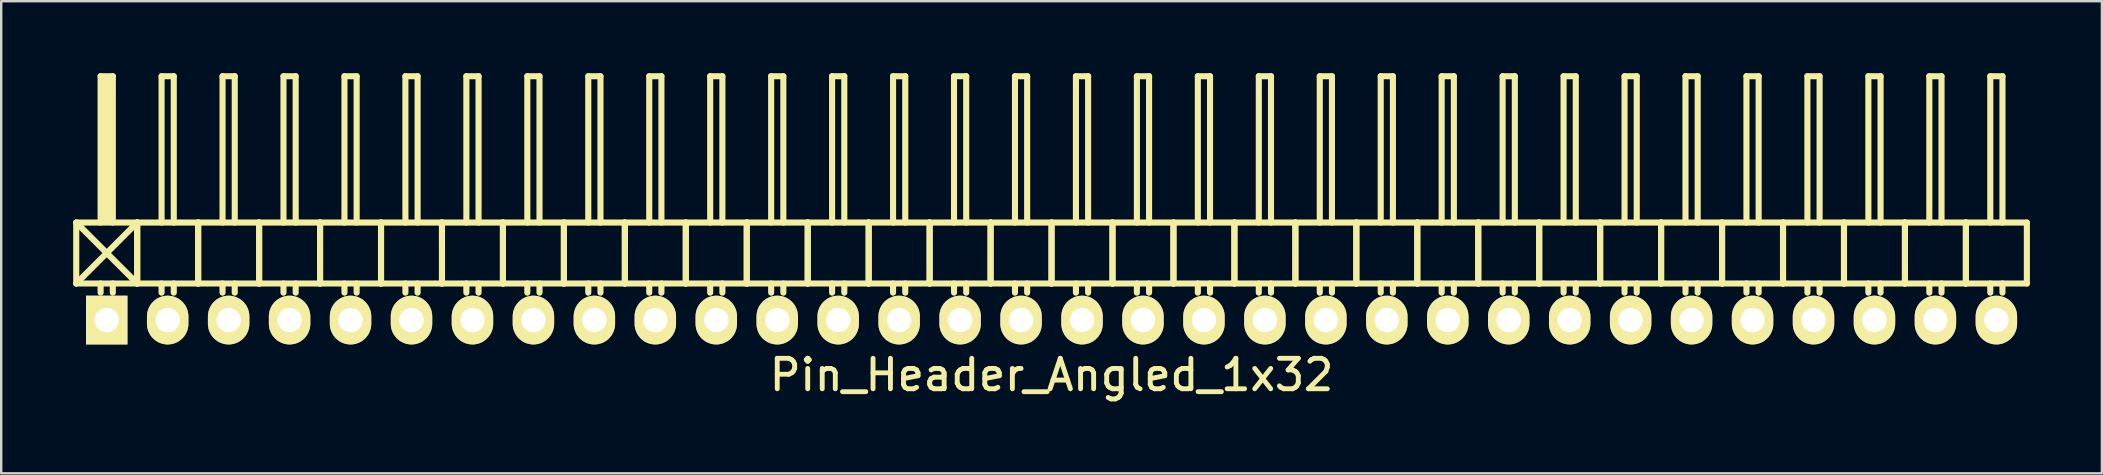
<source format=kicad_pcb>
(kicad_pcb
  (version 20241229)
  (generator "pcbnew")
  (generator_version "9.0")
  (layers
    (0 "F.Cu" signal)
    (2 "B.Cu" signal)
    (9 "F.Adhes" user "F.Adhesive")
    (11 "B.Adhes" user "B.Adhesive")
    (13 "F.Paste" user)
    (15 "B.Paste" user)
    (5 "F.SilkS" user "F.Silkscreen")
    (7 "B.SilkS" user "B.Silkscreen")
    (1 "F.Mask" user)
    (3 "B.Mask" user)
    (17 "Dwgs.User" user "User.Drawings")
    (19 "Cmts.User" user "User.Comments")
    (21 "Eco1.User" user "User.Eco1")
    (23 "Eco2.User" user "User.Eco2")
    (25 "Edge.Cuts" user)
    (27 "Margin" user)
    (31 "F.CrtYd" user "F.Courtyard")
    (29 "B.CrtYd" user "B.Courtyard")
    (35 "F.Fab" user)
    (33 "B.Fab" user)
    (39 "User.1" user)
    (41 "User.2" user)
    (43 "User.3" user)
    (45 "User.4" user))
  (footprint "Pin_Header_Angled_1x32"
    (layer "F.Cu")
    (at 40.767 10.287)
    (property "Reference" "Pin_Header_Angled_1x32" (at 0 2.286 0) (layer "F.SilkS") (effects (font (size 1.27 1.27) (thickness 0.203))))
    (attr through_hole)
    (fp_line (start -40.64 -4.064) (end -38.1 -1.524) (stroke (width 0.254) (type solid)) (layer "F.SilkS"))
    (fp_line (start -40.64 -1.524) (end -40.64 -4.064) (stroke (width 0.254) (type solid)) (layer "F.SilkS"))
    (fp_line (start -40.64 -1.524) (end -38.1 -1.524) (stroke (width 0.254) (type solid)) (layer "F.SilkS"))
    (fp_line (start -39.624 -10.16) (end -39.116 -10.16) (stroke (width 0.254) (type solid)) (layer "F.SilkS"))
    (fp_line (start -39.624 -4.064) (end -39.624 -10.16) (stroke (width 0.254) (type solid)) (layer "F.SilkS"))
    (fp_line (start -39.624 -1.524) (end -39.624 -1.143) (stroke (width 0.254) (type solid)) (layer "F.SilkS"))
    (fp_line (start -39.497 -10.033) (end -39.243 -10.033) (stroke (width 0.254) (type solid)) (layer "F.SilkS"))
    (fp_line (start -39.497 -4.191) (end -39.497 -10.033) (stroke (width 0.254) (type solid)) (layer "F.SilkS"))
    (fp_line (start -39.37 -4.191) (end -39.37 -10.033) (stroke (width 0.254) (type solid)) (layer "F.SilkS"))
    (fp_line (start -39.243 -10.033) (end -39.243 -4.191) (stroke (width 0.254) (type solid)) (layer "F.SilkS"))
    (fp_line (start -39.243 -4.191) (end -39.37 -4.191) (stroke (width 0.254) (type solid)) (layer "F.SilkS"))
    (fp_line (start -39.116 -10.16) (end -39.116 -4.064) (stroke (width 0.254) (type solid)) (layer "F.SilkS"))
    (fp_line (start -39.116 -1.524) (end -39.116 -1.143) (stroke (width 0.254) (type solid)) (layer "F.SilkS"))
    (fp_line (start -38.1 -4.064) (end -40.64 -4.064) (stroke (width 0.254) (type solid)) (layer "F.SilkS"))
    (fp_line (start -38.1 -4.064) (end -40.64 -1.524) (stroke (width 0.254) (type solid)) (layer "F.SilkS"))
    (fp_line (start -38.1 -1.524) (end -38.1 -4.064) (stroke (width 0.254) (type solid)) (layer "F.SilkS"))
    (fp_line (start -38.1 -1.524) (end -38.1 -4.064) (stroke (width 0.254) (type solid)) (layer "F.SilkS"))
    (fp_line (start -38.1 -1.524) (end -35.56 -1.524) (stroke (width 0.254) (type solid)) (layer "F.SilkS"))
    (fp_line (start -37.084 -10.16) (end -36.576 -10.16) (stroke (width 0.254) (type solid)) (layer "F.SilkS"))
    (fp_line (start -37.084 -4.064) (end -37.084 -10.16) (stroke (width 0.254) (type solid)) (layer "F.SilkS"))
    (fp_line (start -37.084 -1.524) (end -37.084 -1.143) (stroke (width 0.254) (type solid)) (layer "F.SilkS"))
    (fp_line (start -36.576 -10.16) (end -36.576 -4.064) (stroke (width 0.254) (type solid)) (layer "F.SilkS"))
    (fp_line (start -36.576 -1.524) (end -36.576 -1.143) (stroke (width 0.254) (type solid)) (layer "F.SilkS"))
    (fp_line (start -35.56 -4.064) (end -38.1 -4.064) (stroke (width 0.254) (type solid)) (layer "F.SilkS"))
    (fp_line (start -35.56 -1.524) (end -35.56 -4.064) (stroke (width 0.254) (type solid)) (layer "F.SilkS"))
    (fp_line (start -35.56 -1.524) (end -35.56 -4.064) (stroke (width 0.254) (type solid)) (layer "F.SilkS"))
    (fp_line (start -35.56 -1.524) (end -33.02 -1.524) (stroke (width 0.254) (type solid)) (layer "F.SilkS"))
    (fp_line (start -34.544 -10.16) (end -34.036 -10.16) (stroke (width 0.254) (type solid)) (layer "F.SilkS"))
    (fp_line (start -34.544 -4.064) (end -34.544 -10.16) (stroke (width 0.254) (type solid)) (layer "F.SilkS"))
    (fp_line (start -34.544 -1.524) (end -34.544 -1.143) (stroke (width 0.254) (type solid)) (layer "F.SilkS"))
    (fp_line (start -34.036 -10.16) (end -34.036 -4.064) (stroke (width 0.254) (type solid)) (layer "F.SilkS"))
    (fp_line (start -34.036 -1.524) (end -34.036 -1.143) (stroke (width 0.254) (type solid)) (layer "F.SilkS"))
    (fp_line (start -33.02 -4.064) (end -35.56 -4.064) (stroke (width 0.254) (type solid)) (layer "F.SilkS"))
    (fp_line (start -33.02 -1.524) (end -33.02 -4.064) (stroke (width 0.254) (type solid)) (layer "F.SilkS"))
    (fp_line (start -33.02 -1.524) (end -33.02 -4.064) (stroke (width 0.254) (type solid)) (layer "F.SilkS"))
    (fp_line (start -33.02 -1.524) (end -30.48 -1.524) (stroke (width 0.254) (type solid)) (layer "F.SilkS"))
    (fp_line (start -32.004 -10.16) (end -31.496 -10.16) (stroke (width 0.254) (type solid)) (layer "F.SilkS"))
    (fp_line (start -32.004 -4.064) (end -32.004 -10.16) (stroke (width 0.254) (type solid)) (layer "F.SilkS"))
    (fp_line (start -32.004 -1.524) (end -32.004 -1.143) (stroke (width 0.254) (type solid)) (layer "F.SilkS"))
    (fp_line (start -31.496 -10.16) (end -31.496 -4.064) (stroke (width 0.254) (type solid)) (layer "F.SilkS"))
    (fp_line (start -31.496 -1.524) (end -31.496 -1.143) (stroke (width 0.254) (type solid)) (layer "F.SilkS"))
    (fp_line (start -30.48 -4.064) (end -33.02 -4.064) (stroke (width 0.254) (type solid)) (layer "F.SilkS"))
    (fp_line (start -30.48 -1.524) (end -30.48 -4.064) (stroke (width 0.254) (type solid)) (layer "F.SilkS"))
    (fp_line (start -30.48 -1.524) (end -30.48 -4.064) (stroke (width 0.254) (type solid)) (layer "F.SilkS"))
    (fp_line (start -30.48 -1.524) (end -27.94 -1.524) (stroke (width 0.254) (type solid)) (layer "F.SilkS"))
    (fp_line (start -29.464 -10.16) (end -28.956 -10.16) (stroke (width 0.254) (type solid)) (layer "F.SilkS"))
    (fp_line (start -29.464 -4.064) (end -29.464 -10.16) (stroke (width 0.254) (type solid)) (layer "F.SilkS"))
    (fp_line (start -29.464 -1.524) (end -29.464 -1.143) (stroke (width 0.254) (type solid)) (layer "F.SilkS"))
    (fp_line (start -28.956 -10.16) (end -28.956 -4.064) (stroke (width 0.254) (type solid)) (layer "F.SilkS"))
    (fp_line (start -28.956 -1.524) (end -28.956 -1.143) (stroke (width 0.254) (type solid)) (layer "F.SilkS"))
    (fp_line (start -27.94 -4.064) (end -30.48 -4.064) (stroke (width 0.254) (type solid)) (layer "F.SilkS"))
    (fp_line (start -27.94 -1.524) (end -27.94 -4.064) (stroke (width 0.254) (type solid)) (layer "F.SilkS"))
    (fp_line (start -27.94 -1.524) (end -27.94 -4.064) (stroke (width 0.254) (type solid)) (layer "F.SilkS"))
    (fp_line (start -27.94 -1.524) (end -25.4 -1.524) (stroke (width 0.254) (type solid)) (layer "F.SilkS"))
    (fp_line (start -26.924 -10.16) (end -26.416 -10.16) (stroke (width 0.254) (type solid)) (layer "F.SilkS"))
    (fp_line (start -26.924 -4.064) (end -26.924 -10.16) (stroke (width 0.254) (type solid)) (layer "F.SilkS"))
    (fp_line (start -26.924 -1.524) (end -26.924 -1.143) (stroke (width 0.254) (type solid)) (layer "F.SilkS"))
    (fp_line (start -26.416 -10.16) (end -26.416 -4.064) (stroke (width 0.254) (type solid)) (layer "F.SilkS"))
    (fp_line (start -26.416 -1.524) (end -26.416 -1.143) (stroke (width 0.254) (type solid)) (layer "F.SilkS"))
    (fp_line (start -25.4 -4.064) (end -27.94 -4.064) (stroke (width 0.254) (type solid)) (layer "F.SilkS"))
    (fp_line (start -25.4 -1.524) (end -25.4 -4.064) (stroke (width 0.254) (type solid)) (layer "F.SilkS"))
    (fp_line (start -25.4 -1.524) (end -25.4 -4.064) (stroke (width 0.254) (type solid)) (layer "F.SilkS"))
    (fp_line (start -25.4 -1.524) (end -22.86 -1.524) (stroke (width 0.254) (type solid)) (layer "F.SilkS"))
    (fp_line (start -24.384 -10.16) (end -23.876 -10.16) (stroke (width 0.254) (type solid)) (layer "F.SilkS"))
    (fp_line (start -24.384 -4.064) (end -24.384 -10.16) (stroke (width 0.254) (type solid)) (layer "F.SilkS"))
    (fp_line (start -24.384 -1.524) (end -24.384 -1.143) (stroke (width 0.254) (type solid)) (layer "F.SilkS"))
    (fp_line (start -23.876 -10.16) (end -23.876 -4.064) (stroke (width 0.254) (type solid)) (layer "F.SilkS"))
    (fp_line (start -23.876 -1.524) (end -23.876 -1.143) (stroke (width 0.254) (type solid)) (layer "F.SilkS"))
    (fp_line (start -22.86 -4.064) (end -25.4 -4.064) (stroke (width 0.254) (type solid)) (layer "F.SilkS"))
    (fp_line (start -22.86 -1.524) (end -22.86 -4.064) (stroke (width 0.254) (type solid)) (layer "F.SilkS"))
    (fp_line (start -22.86 -1.524) (end -22.86 -4.064) (stroke (width 0.254) (type solid)) (layer "F.SilkS"))
    (fp_line (start -22.86 -1.524) (end -20.32 -1.524) (stroke (width 0.254) (type solid)) (layer "F.SilkS"))
    (fp_line (start -21.844 -10.16) (end -21.336 -10.16) (stroke (width 0.254) (type solid)) (layer "F.SilkS"))
    (fp_line (start -21.844 -4.064) (end -21.844 -10.16) (stroke (width 0.254) (type solid)) (layer "F.SilkS"))
    (fp_line (start -21.844 -1.524) (end -21.844 -1.143) (stroke (width 0.254) (type solid)) (layer "F.SilkS"))
    (fp_line (start -21.336 -10.16) (end -21.336 -4.064) (stroke (width 0.254) (type solid)) (layer "F.SilkS"))
    (fp_line (start -21.336 -1.524) (end -21.336 -1.143) (stroke (width 0.254) (type solid)) (layer "F.SilkS"))
    (fp_line (start -20.32 -4.064) (end -22.86 -4.064) (stroke (width 0.254) (type solid)) (layer "F.SilkS"))
    (fp_line (start -20.32 -1.524) (end -20.32 -4.064) (stroke (width 0.254) (type solid)) (layer "F.SilkS"))
    (fp_line (start -20.32 -1.524) (end -20.32 -4.064) (stroke (width 0.254) (type solid)) (layer "F.SilkS"))
    (fp_line (start -20.32 -1.524) (end -17.78 -1.524) (stroke (width 0.254) (type solid)) (layer "F.SilkS"))
    (fp_line (start -19.304 -10.16) (end -18.796 -10.16) (stroke (width 0.254) (type solid)) (layer "F.SilkS"))
    (fp_line (start -19.304 -4.064) (end -19.304 -10.16) (stroke (width 0.254) (type solid)) (layer "F.SilkS"))
    (fp_line (start -19.304 -1.524) (end -19.304 -1.143) (stroke (width 0.254) (type solid)) (layer "F.SilkS"))
    (fp_line (start -18.796 -10.16) (end -18.796 -4.064) (stroke (width 0.254) (type solid)) (layer "F.SilkS"))
    (fp_line (start -18.796 -1.524) (end -18.796 -1.143) (stroke (width 0.254) (type solid)) (layer "F.SilkS"))
    (fp_line (start -17.78 -4.064) (end -20.32 -4.064) (stroke (width 0.254) (type solid)) (layer "F.SilkS"))
    (fp_line (start -17.78 -1.524) (end -17.78 -4.064) (stroke (width 0.254) (type solid)) (layer "F.SilkS"))
    (fp_line (start -17.78 -1.524) (end -17.78 -4.064) (stroke (width 0.254) (type solid)) (layer "F.SilkS"))
    (fp_line (start -17.78 -1.524) (end -15.24 -1.524) (stroke (width 0.254) (type solid)) (layer "F.SilkS"))
    (fp_line (start -16.764 -10.16) (end -16.256 -10.16) (stroke (width 0.254) (type solid)) (layer "F.SilkS"))
    (fp_line (start -16.764 -4.064) (end -16.764 -10.16) (stroke (width 0.254) (type solid)) (layer "F.SilkS"))
    (fp_line (start -16.764 -1.524) (end -16.764 -1.143) (stroke (width 0.254) (type solid)) (layer "F.SilkS"))
    (fp_line (start -16.256 -10.16) (end -16.256 -4.064) (stroke (width 0.254) (type solid)) (layer "F.SilkS"))
    (fp_line (start -16.256 -1.524) (end -16.256 -1.143) (stroke (width 0.254) (type solid)) (layer "F.SilkS"))
    (fp_line (start -15.24 -4.064) (end -17.78 -4.064) (stroke (width 0.254) (type solid)) (layer "F.SilkS"))
    (fp_line (start -15.24 -1.524) (end -15.24 -4.064) (stroke (width 0.254) (type solid)) (layer "F.SilkS"))
    (fp_line (start -15.24 -1.524) (end -15.24 -4.064) (stroke (width 0.254) (type solid)) (layer "F.SilkS"))
    (fp_line (start -15.24 -1.524) (end -12.7 -1.524) (stroke (width 0.254) (type solid)) (layer "F.SilkS"))
    (fp_line (start -14.224 -10.16) (end -13.716 -10.16) (stroke (width 0.254) (type solid)) (layer "F.SilkS"))
    (fp_line (start -14.224 -4.064) (end -14.224 -10.16) (stroke (width 0.254) (type solid)) (layer "F.SilkS"))
    (fp_line (start -14.224 -1.524) (end -14.224 -1.143) (stroke (width 0.254) (type solid)) (layer "F.SilkS"))
    (fp_line (start -13.716 -10.16) (end -13.716 -4.064) (stroke (width 0.254) (type solid)) (layer "F.SilkS"))
    (fp_line (start -13.716 -1.524) (end -13.716 -1.143) (stroke (width 0.254) (type solid)) (layer "F.SilkS"))
    (fp_line (start -12.7 -4.064) (end -15.24 -4.064) (stroke (width 0.254) (type solid)) (layer "F.SilkS"))
    (fp_line (start -12.7 -1.524) (end -12.7 -4.064) (stroke (width 0.254) (type solid)) (layer "F.SilkS"))
    (fp_line (start -12.7 -1.524) (end -12.7 -4.064) (stroke (width 0.254) (type solid)) (layer "F.SilkS"))
    (fp_line (start -12.7 -1.524) (end -10.16 -1.524) (stroke (width 0.254) (type solid)) (layer "F.SilkS"))
    (fp_line (start -11.684 -10.16) (end -11.176 -10.16) (stroke (width 0.254) (type solid)) (layer "F.SilkS"))
    (fp_line (start -11.684 -4.064) (end -11.684 -10.16) (stroke (width 0.254) (type solid)) (layer "F.SilkS"))
    (fp_line (start -11.684 -1.524) (end -11.684 -1.143) (stroke (width 0.254) (type solid)) (layer "F.SilkS"))
    (fp_line (start -11.176 -10.16) (end -11.176 -4.064) (stroke (width 0.254) (type solid)) (layer "F.SilkS"))
    (fp_line (start -11.176 -1.524) (end -11.176 -1.143) (stroke (width 0.254) (type solid)) (layer "F.SilkS"))
    (fp_line (start -10.16 -4.064) (end -12.7 -4.064) (stroke (width 0.254) (type solid)) (layer "F.SilkS"))
    (fp_line (start -10.16 -1.524) (end -10.16 -4.064) (stroke (width 0.254) (type solid)) (layer "F.SilkS"))
    (fp_line (start -10.16 -1.524) (end -10.16 -4.064) (stroke (width 0.254) (type solid)) (layer "F.SilkS"))
    (fp_line (start -10.16 -1.524) (end -7.62 -1.524) (stroke (width 0.254) (type solid)) (layer "F.SilkS"))
    (fp_line (start -9.144 -10.16) (end -8.636 -10.16) (stroke (width 0.254) (type solid)) (layer "F.SilkS"))
    (fp_line (start -9.144 -4.064) (end -9.144 -10.16) (stroke (width 0.254) (type solid)) (layer "F.SilkS"))
    (fp_line (start -9.144 -1.524) (end -9.144 -1.143) (stroke (width 0.254) (type solid)) (layer "F.SilkS"))
    (fp_line (start -8.636 -10.16) (end -8.636 -4.064) (stroke (width 0.254) (type solid)) (layer "F.SilkS"))
    (fp_line (start -8.636 -1.524) (end -8.636 -1.143) (stroke (width 0.254) (type solid)) (layer "F.SilkS"))
    (fp_line (start -7.62 -4.064) (end -10.16 -4.064) (stroke (width 0.254) (type solid)) (layer "F.SilkS"))
    (fp_line (start -7.62 -1.524) (end -7.62 -4.064) (stroke (width 0.254) (type solid)) (layer "F.SilkS"))
    (fp_line (start -7.62 -1.524) (end -7.62 -4.064) (stroke (width 0.254) (type solid)) (layer "F.SilkS"))
    (fp_line (start -7.62 -1.524) (end -5.08 -1.524) (stroke (width 0.254) (type solid)) (layer "F.SilkS"))
    (fp_line (start -6.604 -10.16) (end -6.096 -10.16) (stroke (width 0.254) (type solid)) (layer "F.SilkS"))
    (fp_line (start -6.604 -4.064) (end -6.604 -10.16) (stroke (width 0.254) (type solid)) (layer "F.SilkS"))
    (fp_line (start -6.604 -1.524) (end -6.604 -1.143) (stroke (width 0.254) (type solid)) (layer "F.SilkS"))
    (fp_line (start -6.096 -10.16) (end -6.096 -4.064) (stroke (width 0.254) (type solid)) (layer "F.SilkS"))
    (fp_line (start -6.096 -1.524) (end -6.096 -1.143) (stroke (width 0.254) (type solid)) (layer "F.SilkS"))
    (fp_line (start -5.08 -4.064) (end -7.62 -4.064) (stroke (width 0.254) (type solid)) (layer "F.SilkS"))
    (fp_line (start -5.08 -1.524) (end -5.08 -4.064) (stroke (width 0.254) (type solid)) (layer "F.SilkS"))
    (fp_line (start -5.08 -1.524) (end -5.08 -4.064) (stroke (width 0.254) (type solid)) (layer "F.SilkS"))
    (fp_line (start -5.08 -1.524) (end -2.54 -1.524) (stroke (width 0.254) (type solid)) (layer "F.SilkS"))
    (fp_line (start -4.064 -10.16) (end -3.556 -10.16) (stroke (width 0.254) (type solid)) (layer "F.SilkS"))
    (fp_line (start -4.064 -4.064) (end -4.064 -10.16) (stroke (width 0.254) (type solid)) (layer "F.SilkS"))
    (fp_line (start -4.064 -1.524) (end -4.064 -1.143) (stroke (width 0.254) (type solid)) (layer "F.SilkS"))
    (fp_line (start -3.556 -10.16) (end -3.556 -4.064) (stroke (width 0.254) (type solid)) (layer "F.SilkS"))
    (fp_line (start -3.556 -1.524) (end -3.556 -1.143) (stroke (width 0.254) (type solid)) (layer "F.SilkS"))
    (fp_line (start -2.54 -4.064) (end -5.08 -4.064) (stroke (width 0.254) (type solid)) (layer "F.SilkS"))
    (fp_line (start -2.54 -1.524) (end -2.54 -4.064) (stroke (width 0.254) (type solid)) (layer "F.SilkS"))
    (fp_line (start -2.54 -1.524) (end -2.54 -4.064) (stroke (width 0.254) (type solid)) (layer "F.SilkS"))
    (fp_line (start -2.54 -1.524) (end 0 -1.524) (stroke (width 0.254) (type solid)) (layer "F.SilkS"))
    (fp_line (start -1.524 -10.16) (end -1.016 -10.16) (stroke (width 0.254) (type solid)) (layer "F.SilkS"))
    (fp_line (start -1.524 -4.064) (end -1.524 -10.16) (stroke (width 0.254) (type solid)) (layer "F.SilkS"))
    (fp_line (start -1.524 -1.524) (end -1.524 -1.143) (stroke (width 0.254) (type solid)) (layer "F.SilkS"))
    (fp_line (start -1.016 -10.16) (end -1.016 -4.064) (stroke (width 0.254) (type solid)) (layer "F.SilkS"))
    (fp_line (start -1.016 -1.524) (end -1.016 -1.143) (stroke (width 0.254) (type solid)) (layer "F.SilkS"))
    (fp_line (start 0 -4.064) (end -2.54 -4.064) (stroke (width 0.254) (type solid)) (layer "F.SilkS"))
    (fp_line (start 0 -1.524) (end 0 -4.064) (stroke (width 0.254) (type solid)) (layer "F.SilkS"))
    (fp_line (start 0 -1.524) (end 0 -4.064) (stroke (width 0.254) (type solid)) (layer "F.SilkS"))
    (fp_line (start 0 -1.524) (end 2.54 -1.524) (stroke (width 0.254) (type solid)) (layer "F.SilkS"))
    (fp_line (start 1.016 -10.16) (end 1.524 -10.16) (stroke (width 0.254) (type solid)) (layer "F.SilkS"))
    (fp_line (start 1.016 -4.064) (end 1.016 -10.16) (stroke (width 0.254) (type solid)) (layer "F.SilkS"))
    (fp_line (start 1.016 -1.524) (end 1.016 -1.143) (stroke (width 0.254) (type solid)) (layer "F.SilkS"))
    (fp_line (start 1.524 -10.16) (end 1.524 -4.064) (stroke (width 0.254) (type solid)) (layer "F.SilkS"))
    (fp_line (start 1.524 -1.524) (end 1.524 -1.143) (stroke (width 0.254) (type solid)) (layer "F.SilkS"))
    (fp_line (start 2.54 -4.064) (end 0 -4.064) (stroke (width 0.254) (type solid)) (layer "F.SilkS"))
    (fp_line (start 2.54 -1.524) (end 2.54 -4.064) (stroke (width 0.254) (type solid)) (layer "F.SilkS"))
    (fp_line (start 2.54 -1.524) (end 2.54 -4.064) (stroke (width 0.254) (type solid)) (layer "F.SilkS"))
    (fp_line (start 2.54 -1.524) (end 5.08 -1.524) (stroke (width 0.254) (type solid)) (layer "F.SilkS"))
    (fp_line (start 3.556 -10.16) (end 4.064 -10.16) (stroke (width 0.254) (type solid)) (layer "F.SilkS"))
    (fp_line (start 3.556 -4.064) (end 3.556 -10.16) (stroke (width 0.254) (type solid)) (layer "F.SilkS"))
    (fp_line (start 3.556 -1.524) (end 3.556 -1.143) (stroke (width 0.254) (type solid)) (layer "F.SilkS"))
    (fp_line (start 4.064 -10.16) (end 4.064 -4.064) (stroke (width 0.254) (type solid)) (layer "F.SilkS"))
    (fp_line (start 4.064 -1.524) (end 4.064 -1.143) (stroke (width 0.254) (type solid)) (layer "F.SilkS"))
    (fp_line (start 5.08 -4.064) (end 2.54 -4.064) (stroke (width 0.254) (type solid)) (layer "F.SilkS"))
    (fp_line (start 5.08 -1.524) (end 5.08 -4.064) (stroke (width 0.254) (type solid)) (layer "F.SilkS"))
    (fp_line (start 5.08 -1.524) (end 5.08 -4.064) (stroke (width 0.254) (type solid)) (layer "F.SilkS"))
    (fp_line (start 5.08 -1.524) (end 7.62 -1.524) (stroke (width 0.254) (type solid)) (layer "F.SilkS"))
    (fp_line (start 6.096 -10.16) (end 6.604 -10.16) (stroke (width 0.254) (type solid)) (layer "F.SilkS"))
    (fp_line (start 6.096 -4.064) (end 6.096 -10.16) (stroke (width 0.254) (type solid)) (layer "F.SilkS"))
    (fp_line (start 6.096 -1.524) (end 6.096 -1.143) (stroke (width 0.254) (type solid)) (layer "F.SilkS"))
    (fp_line (start 6.604 -10.16) (end 6.604 -4.064) (stroke (width 0.254) (type solid)) (layer "F.SilkS"))
    (fp_line (start 6.604 -1.524) (end 6.604 -1.143) (stroke (width 0.254) (type solid)) (layer "F.SilkS"))
    (fp_line (start 7.62 -4.064) (end 5.08 -4.064) (stroke (width 0.254) (type solid)) (layer "F.SilkS"))
    (fp_line (start 7.62 -1.524) (end 7.62 -4.064) (stroke (width 0.254) (type solid)) (layer "F.SilkS"))
    (fp_line (start 7.62 -1.524) (end 7.62 -4.064) (stroke (width 0.254) (type solid)) (layer "F.SilkS"))
    (fp_line (start 7.62 -1.524) (end 10.16 -1.524) (stroke (width 0.254) (type solid)) (layer "F.SilkS"))
    (fp_line (start 8.636 -10.16) (end 9.144 -10.16) (stroke (width 0.254) (type solid)) (layer "F.SilkS"))
    (fp_line (start 8.636 -4.064) (end 8.636 -10.16) (stroke (width 0.254) (type solid)) (layer "F.SilkS"))
    (fp_line (start 8.636 -1.524) (end 8.636 -1.143) (stroke (width 0.254) (type solid)) (layer "F.SilkS"))
    (fp_line (start 9.144 -10.16) (end 9.144 -4.064) (stroke (width 0.254) (type solid)) (layer "F.SilkS"))
    (fp_line (start 9.144 -1.524) (end 9.144 -1.143) (stroke (width 0.254) (type solid)) (layer "F.SilkS"))
    (fp_line (start 10.16 -4.064) (end 7.62 -4.064) (stroke (width 0.254) (type solid)) (layer "F.SilkS"))
    (fp_line (start 10.16 -1.524) (end 10.16 -4.064) (stroke (width 0.254) (type solid)) (layer "F.SilkS"))
    (fp_line (start 10.16 -1.524) (end 10.16 -4.064) (stroke (width 0.254) (type solid)) (layer "F.SilkS"))
    (fp_line (start 10.16 -1.524) (end 12.7 -1.524) (stroke (width 0.254) (type solid)) (layer "F.SilkS"))
    (fp_line (start 11.176 -10.16) (end 11.684 -10.16) (stroke (width 0.254) (type solid)) (layer "F.SilkS"))
    (fp_line (start 11.176 -4.064) (end 11.176 -10.16) (stroke (width 0.254) (type solid)) (layer "F.SilkS"))
    (fp_line (start 11.176 -1.524) (end 11.176 -1.143) (stroke (width 0.254) (type solid)) (layer "F.SilkS"))
    (fp_line (start 11.684 -10.16) (end 11.684 -4.064) (stroke (width 0.254) (type solid)) (layer "F.SilkS"))
    (fp_line (start 11.684 -1.524) (end 11.684 -1.143) (stroke (width 0.254) (type solid)) (layer "F.SilkS"))
    (fp_line (start 12.7 -4.064) (end 10.16 -4.064) (stroke (width 0.254) (type solid)) (layer "F.SilkS"))
    (fp_line (start 12.7 -1.524) (end 12.7 -4.064) (stroke (width 0.254) (type solid)) (layer "F.SilkS"))
    (fp_line (start 12.7 -1.524) (end 12.7 -4.064) (stroke (width 0.254) (type solid)) (layer "F.SilkS"))
    (fp_line (start 12.7 -1.524) (end 15.24 -1.524) (stroke (width 0.254) (type solid)) (layer "F.SilkS"))
    (fp_line (start 13.716 -10.16) (end 14.224 -10.16) (stroke (width 0.254) (type solid)) (layer "F.SilkS"))
    (fp_line (start 13.716 -4.064) (end 13.716 -10.16) (stroke (width 0.254) (type solid)) (layer "F.SilkS"))
    (fp_line (start 13.716 -1.524) (end 13.716 -1.143) (stroke (width 0.254) (type solid)) (layer "F.SilkS"))
    (fp_line (start 14.224 -10.16) (end 14.224 -4.064) (stroke (width 0.254) (type solid)) (layer "F.SilkS"))
    (fp_line (start 14.224 -1.524) (end 14.224 -1.143) (stroke (width 0.254) (type solid)) (layer "F.SilkS"))
    (fp_line (start 15.24 -4.064) (end 12.7 -4.064) (stroke (width 0.254) (type solid)) (layer "F.SilkS"))
    (fp_line (start 15.24 -1.524) (end 15.24 -4.064) (stroke (width 0.254) (type solid)) (layer "F.SilkS"))
    (fp_line (start 15.24 -1.524) (end 15.24 -4.064) (stroke (width 0.254) (type solid)) (layer "F.SilkS"))
    (fp_line (start 15.24 -1.524) (end 17.78 -1.524) (stroke (width 0.254) (type solid)) (layer "F.SilkS"))
    (fp_line (start 16.256 -10.16) (end 16.764 -10.16) (stroke (width 0.254) (type solid)) (layer "F.SilkS"))
    (fp_line (start 16.256 -4.064) (end 16.256 -10.16) (stroke (width 0.254) (type solid)) (layer "F.SilkS"))
    (fp_line (start 16.256 -1.524) (end 16.256 -1.143) (stroke (width 0.254) (type solid)) (layer "F.SilkS"))
    (fp_line (start 16.764 -10.16) (end 16.764 -4.064) (stroke (width 0.254) (type solid)) (layer "F.SilkS"))
    (fp_line (start 16.764 -1.524) (end 16.764 -1.143) (stroke (width 0.254) (type solid)) (layer "F.SilkS"))
    (fp_line (start 17.78 -4.064) (end 15.24 -4.064) (stroke (width 0.254) (type solid)) (layer "F.SilkS"))
    (fp_line (start 17.78 -1.524) (end 17.78 -4.064) (stroke (width 0.254) (type solid)) (layer "F.SilkS"))
    (fp_line (start 17.78 -1.524) (end 17.78 -4.064) (stroke (width 0.254) (type solid)) (layer "F.SilkS"))
    (fp_line (start 17.78 -1.524) (end 20.32 -1.524) (stroke (width 0.254) (type solid)) (layer "F.SilkS"))
    (fp_line (start 18.796 -10.16) (end 19.304 -10.16) (stroke (width 0.254) (type solid)) (layer "F.SilkS"))
    (fp_line (start 18.796 -4.064) (end 18.796 -10.16) (stroke (width 0.254) (type solid)) (layer "F.SilkS"))
    (fp_line (start 18.796 -1.524) (end 18.796 -1.143) (stroke (width 0.254) (type solid)) (layer "F.SilkS"))
    (fp_line (start 19.304 -10.16) (end 19.304 -4.064) (stroke (width 0.254) (type solid)) (layer "F.SilkS"))
    (fp_line (start 19.304 -1.524) (end 19.304 -1.143) (stroke (width 0.254) (type solid)) (layer "F.SilkS"))
    (fp_line (start 20.32 -4.064) (end 17.78 -4.064) (stroke (width 0.254) (type solid)) (layer "F.SilkS"))
    (fp_line (start 20.32 -1.524) (end 20.32 -4.064) (stroke (width 0.254) (type solid)) (layer "F.SilkS"))
    (fp_line (start 20.32 -1.524) (end 20.32 -4.064) (stroke (width 0.254) (type solid)) (layer "F.SilkS"))
    (fp_line (start 20.32 -1.524) (end 22.86 -1.524) (stroke (width 0.254) (type solid)) (layer "F.SilkS"))
    (fp_line (start 21.336 -10.16) (end 21.844 -10.16) (stroke (width 0.254) (type solid)) (layer "F.SilkS"))
    (fp_line (start 21.336 -4.064) (end 21.336 -10.16) (stroke (width 0.254) (type solid)) (layer "F.SilkS"))
    (fp_line (start 21.336 -1.524) (end 21.336 -1.143) (stroke (width 0.254) (type solid)) (layer "F.SilkS"))
    (fp_line (start 21.844 -10.16) (end 21.844 -4.064) (stroke (width 0.254) (type solid)) (layer "F.SilkS"))
    (fp_line (start 21.844 -1.524) (end 21.844 -1.143) (stroke (width 0.254) (type solid)) (layer "F.SilkS"))
    (fp_line (start 22.86 -4.064) (end 20.32 -4.064) (stroke (width 0.254) (type solid)) (layer "F.SilkS"))
    (fp_line (start 22.86 -1.524) (end 22.86 -4.064) (stroke (width 0.254) (type solid)) (layer "F.SilkS"))
    (fp_line (start 22.86 -1.524) (end 22.86 -4.064) (stroke (width 0.254) (type solid)) (layer "F.SilkS"))
    (fp_line (start 22.86 -1.524) (end 25.4 -1.524) (stroke (width 0.254) (type solid)) (layer "F.SilkS"))
    (fp_line (start 23.876 -10.16) (end 24.384 -10.16) (stroke (width 0.254) (type solid)) (layer "F.SilkS"))
    (fp_line (start 23.876 -4.064) (end 23.876 -10.16) (stroke (width 0.254) (type solid)) (layer "F.SilkS"))
    (fp_line (start 23.876 -1.524) (end 23.876 -1.143) (stroke (width 0.254) (type solid)) (layer "F.SilkS"))
    (fp_line (start 24.384 -10.16) (end 24.384 -4.064) (stroke (width 0.254) (type solid)) (layer "F.SilkS"))
    (fp_line (start 24.384 -1.524) (end 24.384 -1.143) (stroke (width 0.254) (type solid)) (layer "F.SilkS"))
    (fp_line (start 25.4 -4.064) (end 22.86 -4.064) (stroke (width 0.254) (type solid)) (layer "F.SilkS"))
    (fp_line (start 25.4 -1.524) (end 25.4 -4.064) (stroke (width 0.254) (type solid)) (layer "F.SilkS"))
    (fp_line (start 25.4 -1.524) (end 25.4 -4.064) (stroke (width 0.254) (type solid)) (layer "F.SilkS"))
    (fp_line (start 25.4 -1.524) (end 27.94 -1.524) (stroke (width 0.254) (type solid)) (layer "F.SilkS"))
    (fp_line (start 26.416 -10.16) (end 26.924 -10.16) (stroke (width 0.254) (type solid)) (layer "F.SilkS"))
    (fp_line (start 26.416 -4.064) (end 26.416 -10.16) (stroke (width 0.254) (type solid)) (layer "F.SilkS"))
    (fp_line (start 26.416 -1.524) (end 26.416 -1.143) (stroke (width 0.254) (type solid)) (layer "F.SilkS"))
    (fp_line (start 26.924 -10.16) (end 26.924 -4.064) (stroke (width 0.254) (type solid)) (layer "F.SilkS"))
    (fp_line (start 26.924 -1.524) (end 26.924 -1.143) (stroke (width 0.254) (type solid)) (layer "F.SilkS"))
    (fp_line (start 27.94 -4.064) (end 25.4 -4.064) (stroke (width 0.254) (type solid)) (layer "F.SilkS"))
    (fp_line (start 27.94 -1.524) (end 27.94 -4.064) (stroke (width 0.254) (type solid)) (layer "F.SilkS"))
    (fp_line (start 27.94 -1.524) (end 27.94 -4.064) (stroke (width 0.254) (type solid)) (layer "F.SilkS"))
    (fp_line (start 27.94 -1.524) (end 30.48 -1.524) (stroke (width 0.254) (type solid)) (layer "F.SilkS"))
    (fp_line (start 28.956 -10.16) (end 29.464 -10.16) (stroke (width 0.254) (type solid)) (layer "F.SilkS"))
    (fp_line (start 28.956 -4.064) (end 28.956 -10.16) (stroke (width 0.254) (type solid)) (layer "F.SilkS"))
    (fp_line (start 28.956 -1.524) (end 28.956 -1.143) (stroke (width 0.254) (type solid)) (layer "F.SilkS"))
    (fp_line (start 29.464 -10.16) (end 29.464 -4.064) (stroke (width 0.254) (type solid)) (layer "F.SilkS"))
    (fp_line (start 29.464 -1.524) (end 29.464 -1.143) (stroke (width 0.254) (type solid)) (layer "F.SilkS"))
    (fp_line (start 30.48 -4.064) (end 27.94 -4.064) (stroke (width 0.254) (type solid)) (layer "F.SilkS"))
    (fp_line (start 30.48 -1.524) (end 30.48 -4.064) (stroke (width 0.254) (type solid)) (layer "F.SilkS"))
    (fp_line (start 30.48 -1.524) (end 30.48 -4.064) (stroke (width 0.254) (type solid)) (layer "F.SilkS"))
    (fp_line (start 30.48 -1.524) (end 33.02 -1.524) (stroke (width 0.254) (type solid)) (layer "F.SilkS"))
    (fp_line (start 31.496 -10.16) (end 32.004 -10.16) (stroke (width 0.254) (type solid)) (layer "F.SilkS"))
    (fp_line (start 31.496 -4.064) (end 31.496 -10.16) (stroke (width 0.254) (type solid)) (layer "F.SilkS"))
    (fp_line (start 31.496 -1.524) (end 31.496 -1.143) (stroke (width 0.254) (type solid)) (layer "F.SilkS"))
    (fp_line (start 32.004 -10.16) (end 32.004 -4.064) (stroke (width 0.254) (type solid)) (layer "F.SilkS"))
    (fp_line (start 32.004 -1.524) (end 32.004 -1.143) (stroke (width 0.254) (type solid)) (layer "F.SilkS"))
    (fp_line (start 33.02 -4.064) (end 30.48 -4.064) (stroke (width 0.254) (type solid)) (layer "F.SilkS"))
    (fp_line (start 33.02 -1.524) (end 33.02 -4.064) (stroke (width 0.254) (type solid)) (layer "F.SilkS"))
    (fp_line (start 33.02 -1.524) (end 33.02 -4.064) (stroke (width 0.254) (type solid)) (layer "F.SilkS"))
    (fp_line (start 33.02 -1.524) (end 35.56 -1.524) (stroke (width 0.254) (type solid)) (layer "F.SilkS"))
    (fp_line (start 34.036 -10.16) (end 34.544 -10.16) (stroke (width 0.254) (type solid)) (layer "F.SilkS"))
    (fp_line (start 34.036 -4.064) (end 34.036 -10.16) (stroke (width 0.254) (type solid)) (layer "F.SilkS"))
    (fp_line (start 34.036 -1.524) (end 34.036 -1.143) (stroke (width 0.254) (type solid)) (layer "F.SilkS"))
    (fp_line (start 34.544 -10.16) (end 34.544 -4.064) (stroke (width 0.254) (type solid)) (layer "F.SilkS"))
    (fp_line (start 34.544 -1.524) (end 34.544 -1.143) (stroke (width 0.254) (type solid)) (layer "F.SilkS"))
    (fp_line (start 35.56 -4.064) (end 33.02 -4.064) (stroke (width 0.254) (type solid)) (layer "F.SilkS"))
    (fp_line (start 35.56 -1.524) (end 35.56 -4.064) (stroke (width 0.254) (type solid)) (layer "F.SilkS"))
    (fp_line (start 35.56 -1.524) (end 35.56 -4.064) (stroke (width 0.254) (type solid)) (layer "F.SilkS"))
    (fp_line (start 35.56 -1.524) (end 38.1 -1.524) (stroke (width 0.254) (type solid)) (layer "F.SilkS"))
    (fp_line (start 36.576 -10.16) (end 37.084 -10.16) (stroke (width 0.254) (type solid)) (layer "F.SilkS"))
    (fp_line (start 36.576 -4.064) (end 36.576 -10.16) (stroke (width 0.254) (type solid)) (layer "F.SilkS"))
    (fp_line (start 36.576 -1.524) (end 36.576 -1.143) (stroke (width 0.254) (type solid)) (layer "F.SilkS"))
    (fp_line (start 37.084 -10.16) (end 37.084 -4.064) (stroke (width 0.254) (type solid)) (layer "F.SilkS"))
    (fp_line (start 37.084 -1.524) (end 37.084 -1.143) (stroke (width 0.254) (type solid)) (layer "F.SilkS"))
    (fp_line (start 38.1 -4.064) (end 35.56 -4.064) (stroke (width 0.254) (type solid)) (layer "F.SilkS"))
    (fp_line (start 38.1 -1.524) (end 38.1 -4.064) (stroke (width 0.254) (type solid)) (layer "F.SilkS"))
    (fp_line (start 38.1 -1.524) (end 38.1 -4.064) (stroke (width 0.254) (type solid)) (layer "F.SilkS"))
    (fp_line (start 38.1 -1.524) (end 40.64 -1.524) (stroke (width 0.254) (type solid)) (layer "F.SilkS"))
    (fp_line (start 39.116 -10.16) (end 39.624 -10.16) (stroke (width 0.254) (type solid)) (layer "F.SilkS"))
    (fp_line (start 39.116 -4.064) (end 39.116 -10.16) (stroke (width 0.254) (type solid)) (layer "F.SilkS"))
    (fp_line (start 39.116 -1.524) (end 39.116 -1.143) (stroke (width 0.254) (type solid)) (layer "F.SilkS"))
    (fp_line (start 39.624 -10.16) (end 39.624 -4.064) (stroke (width 0.254) (type solid)) (layer "F.SilkS"))
    (fp_line (start 39.624 -1.524) (end 39.624 -1.143) (stroke (width 0.254) (type solid)) (layer "F.SilkS"))
    (fp_line (start 40.64 -4.064) (end 38.1 -4.064) (stroke (width 0.254) (type solid)) (layer "F.SilkS"))
    (fp_line (start 40.64 -1.524) (end 40.64 -4.064) (stroke (width 0.254) (type solid)) (layer "F.SilkS"))
    (pad "1" thru_hole rect (at -39.37 0) (size 1.727 2.032) (drill 1.016) (layers "*.Cu" "*.Mask" "F.SilkS"))
    (pad "2" thru_hole oval (at -36.83 0) (size 1.727 2.032) (drill 1.016) (layers "*.Cu" "*.Mask" "F.SilkS"))
    (pad "3" thru_hole oval (at -34.29 0) (size 1.727 2.032) (drill 1.016) (layers "*.Cu" "*.Mask" "F.SilkS"))
    (pad "4" thru_hole oval (at -31.75 0) (size 1.727 2.032) (drill 1.016) (layers "*.Cu" "*.Mask" "F.SilkS"))
    (pad "5" thru_hole oval (at -29.21 0) (size 1.727 2.032) (drill 1.016) (layers "*.Cu" "*.Mask" "F.SilkS"))
    (pad "6" thru_hole oval (at -26.67 0) (size 1.727 2.032) (drill 1.016) (layers "*.Cu" "*.Mask" "F.SilkS"))
    (pad "7" thru_hole oval (at -24.13 0) (size 1.727 2.032) (drill 1.016) (layers "*.Cu" "*.Mask" "F.SilkS"))
    (pad "8" thru_hole oval (at -21.59 0) (size 1.727 2.032) (drill 1.016) (layers "*.Cu" "*.Mask" "F.SilkS"))
    (pad "9" thru_hole oval (at -19.05 0) (size 1.727 2.032) (drill 1.016) (layers "*.Cu" "*.Mask" "F.SilkS"))
    (pad "10" thru_hole oval (at -16.51 0) (size 1.727 2.032) (drill 1.016) (layers "*.Cu" "*.Mask" "F.SilkS"))
    (pad "11" thru_hole oval (at -13.97 0) (size 1.727 2.032) (drill 1.016) (layers "*.Cu" "*.Mask" "F.SilkS"))
    (pad "12" thru_hole oval (at -11.43 0) (size 1.727 2.032) (drill 1.016) (layers "*.Cu" "*.Mask" "F.SilkS"))
    (pad "13" thru_hole oval (at -8.89 0) (size 1.727 2.032) (drill 1.016) (layers "*.Cu" "*.Mask" "F.SilkS"))
    (pad "14" thru_hole oval (at -6.35 0) (size 1.727 2.032) (drill 1.016) (layers "*.Cu" "*.Mask" "F.SilkS"))
    (pad "15" thru_hole oval (at -3.81 0) (size 1.727 2.032) (drill 1.016) (layers "*.Cu" "*.Mask" "F.SilkS"))
    (pad "16" thru_hole oval (at -1.27 0) (size 1.727 2.032) (drill 1.016) (layers "*.Cu" "*.Mask" "F.SilkS"))
    (pad "17" thru_hole oval (at 1.27 0) (size 1.727 2.032) (drill 1.016) (layers "*.Cu" "*.Mask" "F.SilkS"))
    (pad "18" thru_hole oval (at 3.81 0) (size 1.727 2.032) (drill 1.016) (layers "*.Cu" "*.Mask" "F.SilkS"))
    (pad "19" thru_hole oval (at 6.35 0) (size 1.727 2.032) (drill 1.016) (layers "*.Cu" "*.Mask" "F.SilkS"))
    (pad "20" thru_hole oval (at 8.89 0) (size 1.727 2.032) (drill 1.016) (layers "*.Cu" "*.Mask" "F.SilkS"))
    (pad "21" thru_hole oval (at 11.43 0) (size 1.727 2.032) (drill 1.016) (layers "*.Cu" "*.Mask" "F.SilkS"))
    (pad "22" thru_hole oval (at 13.97 0) (size 1.727 2.032) (drill 1.016) (layers "*.Cu" "*.Mask" "F.SilkS"))
    (pad "23" thru_hole oval (at 16.51 0) (size 1.727 2.032) (drill 1.016) (layers "*.Cu" "*.Mask" "F.SilkS"))
    (pad "24" thru_hole oval (at 19.05 0) (size 1.727 2.032) (drill 1.016) (layers "*.Cu" "*.Mask" "F.SilkS"))
    (pad "25" thru_hole oval (at 21.59 0) (size 1.727 2.032) (drill 1.016) (layers "*.Cu" "*.Mask" "F.SilkS"))
    (pad "26" thru_hole oval (at 24.13 0) (size 1.727 2.032) (drill 1.016) (layers "*.Cu" "*.Mask" "F.SilkS"))
    (pad "27" thru_hole oval (at 26.67 0) (size 1.727 2.032) (drill 1.016) (layers "*.Cu" "*.Mask" "F.SilkS"))
    (pad "28" thru_hole oval (at 29.21 0) (size 1.727 2.032) (drill 1.016) (layers "*.Cu" "*.Mask" "F.SilkS"))
    (pad "29" thru_hole oval (at 31.75 0) (size 1.727 2.032) (drill 1.016) (layers "*.Cu" "*.Mask" "F.SilkS"))
    (pad "30" thru_hole oval (at 34.29 0) (size 1.727 2.032) (drill 1.016) (layers "*.Cu" "*.Mask" "F.SilkS"))
    (pad "31" thru_hole oval (at 36.83 0) (size 1.727 2.032) (drill 1.016) (layers "*.Cu" "*.Mask" "F.SilkS"))
    (pad "32" thru_hole oval (at 39.37 0) (size 1.727 2.032) (drill 1.016) (layers "*.Cu" "*.Mask" "F.SilkS")))
  (gr_rect
    (start -3 -3)
    (end 84.534 16.673)
    (stroke (width 0.1) (type default))
    (fill no)
    (layer "Edge.Cuts")))
</source>
